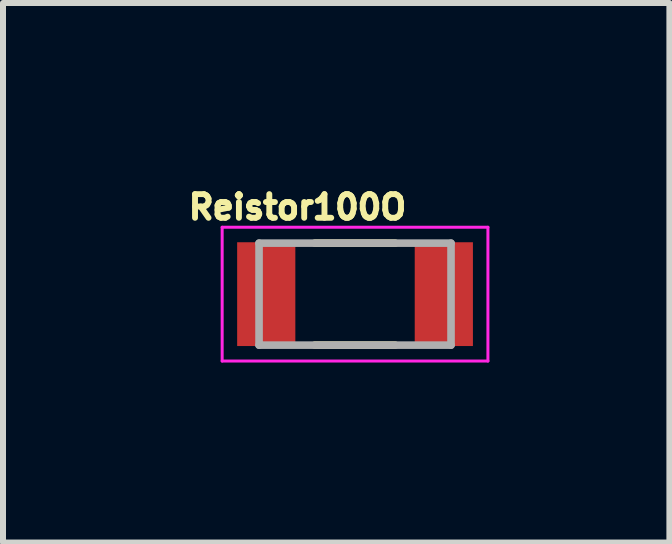
<source format=kicad_pcb>
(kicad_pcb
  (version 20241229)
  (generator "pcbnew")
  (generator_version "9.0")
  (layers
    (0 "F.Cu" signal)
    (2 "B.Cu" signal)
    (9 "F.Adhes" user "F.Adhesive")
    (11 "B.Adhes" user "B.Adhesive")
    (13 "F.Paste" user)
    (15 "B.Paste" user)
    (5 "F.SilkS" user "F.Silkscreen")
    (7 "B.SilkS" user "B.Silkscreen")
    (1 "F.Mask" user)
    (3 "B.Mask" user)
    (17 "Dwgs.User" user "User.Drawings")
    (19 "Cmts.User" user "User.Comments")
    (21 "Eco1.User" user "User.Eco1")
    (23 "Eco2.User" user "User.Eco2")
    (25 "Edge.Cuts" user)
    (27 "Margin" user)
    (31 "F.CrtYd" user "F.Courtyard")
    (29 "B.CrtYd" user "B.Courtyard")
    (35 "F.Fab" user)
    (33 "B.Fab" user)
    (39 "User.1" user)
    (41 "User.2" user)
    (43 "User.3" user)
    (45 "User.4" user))
  (footprint "Reistor100O"
    (layer "F.Cu")
    (at 2.868 1.853)
    (property "Reference" "Reistor100O" (at -0.96 -1.45 0) (layer "F.SilkS") (effects (font (size 0.394 0.394) (thickness 0.15))))
    (attr smd)
    (fp_line (start -0.67 -0.85) (end 0.67 -0.85) (stroke (width 0.127) (type solid)) (layer "F.SilkS"))
    (fp_line (start -0.67 0.85) (end 0.67 0.85) (stroke (width 0.127) (type solid)) (layer "F.SilkS"))
    (fp_line (start -2.215 -1.115) (end 2.215 -1.115) (stroke (width 0.05) (type solid)) (layer "F.CrtYd"))
    (fp_line (start -2.215 1.115) (end -2.215 -1.115) (stroke (width 0.05) (type solid)) (layer "F.CrtYd"))
    (fp_line (start -2.215 1.115) (end 2.215 1.115) (stroke (width 0.05) (type solid)) (layer "F.CrtYd"))
    (fp_line (start 2.215 1.115) (end 2.215 -1.115) (stroke (width 0.05) (type solid)) (layer "F.CrtYd"))
    (fp_line (start -1.6 0.85) (end -1.6 -0.85) (stroke (width 0.127) (type solid)) (layer "F.Fab"))
    (fp_line (start 1.6 -0.85) (end -1.6 -0.85) (stroke (width 0.127) (type solid)) (layer "F.Fab"))
    (fp_line (start 1.6 0.85) (end -1.6 0.85) (stroke (width 0.127) (type solid)) (layer "F.Fab"))
    (fp_line (start 1.6 0.85) (end 1.6 -0.85) (stroke (width 0.127) (type solid)) (layer "F.Fab"))
    (pad "1" smd rect (at -1.48 0) (size 0.97 1.73) (layers "F.Cu" "F.Mask" "F.Paste"))
    (pad "2" smd rect (at 1.48 0) (size 0.97 1.73) (layers "F.Cu" "F.Mask" "F.Paste")))
  (gr_rect
    (start -3 -3)
    (end 8.108 5.993)
    (stroke (width 0.1) (type default))
    (fill no)
    (layer "Edge.Cuts")))
</source>
